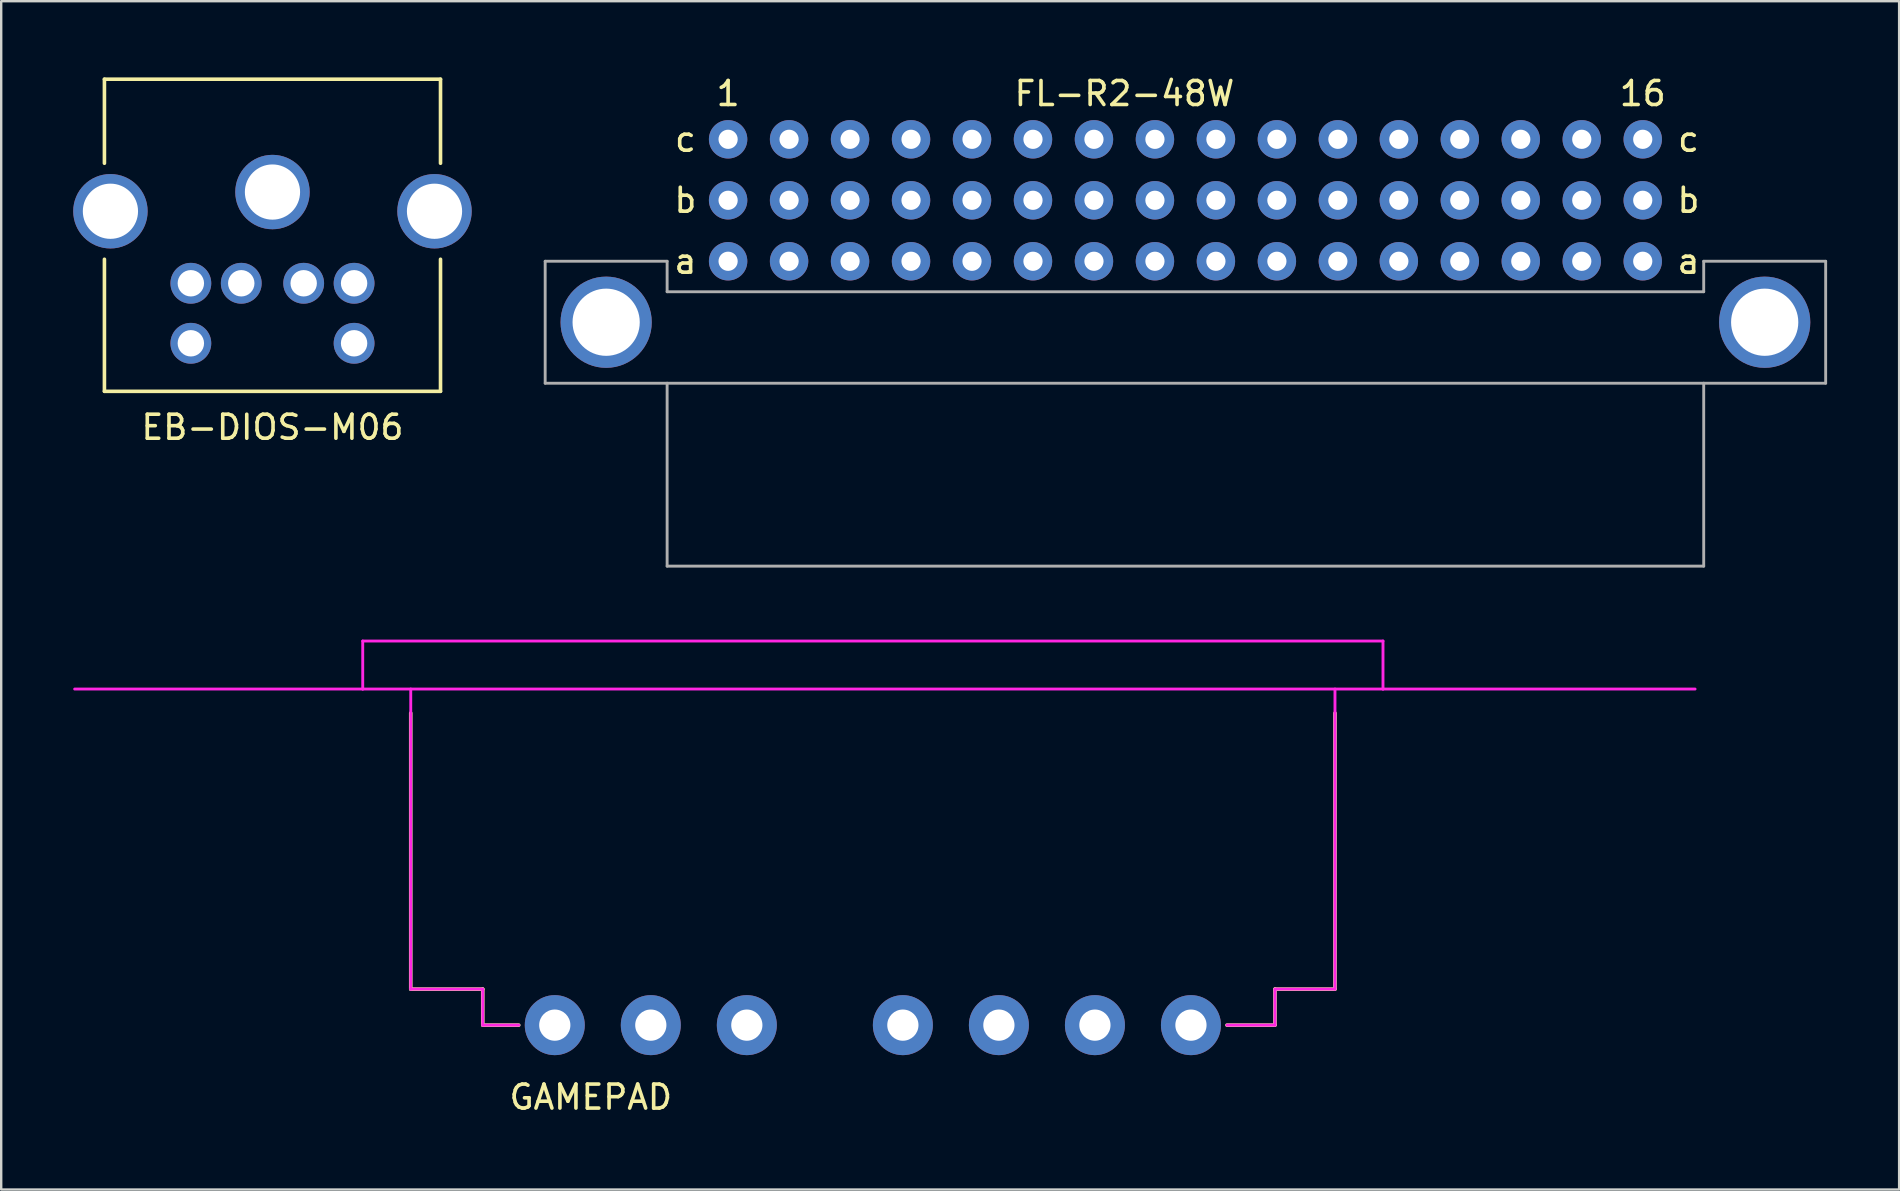
<source format=kicad_pcb>
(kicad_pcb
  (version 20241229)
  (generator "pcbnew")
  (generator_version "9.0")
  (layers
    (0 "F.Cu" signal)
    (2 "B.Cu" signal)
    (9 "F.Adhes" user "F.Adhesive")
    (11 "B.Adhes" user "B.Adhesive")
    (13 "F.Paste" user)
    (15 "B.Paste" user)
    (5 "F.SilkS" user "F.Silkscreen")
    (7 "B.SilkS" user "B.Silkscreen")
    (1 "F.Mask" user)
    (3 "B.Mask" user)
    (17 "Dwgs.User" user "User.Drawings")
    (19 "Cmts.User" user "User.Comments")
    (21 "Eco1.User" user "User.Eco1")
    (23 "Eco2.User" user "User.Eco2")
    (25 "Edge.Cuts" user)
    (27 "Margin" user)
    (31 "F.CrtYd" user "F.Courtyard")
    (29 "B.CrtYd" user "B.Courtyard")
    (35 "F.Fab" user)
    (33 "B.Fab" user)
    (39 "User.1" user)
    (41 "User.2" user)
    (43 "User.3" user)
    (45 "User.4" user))
  (footprint "GAMEPAD"
    (layer "F.Cu")
    (at 46.56 39.653)
    (property "Reference" "GAMEPAD" (at -25 3 180) (layer "F.SilkS") (effects (font (size 1 1) (thickness 0.15))))
    (attr through_hole)
    (fp_line (start -32.5 -13) (end -32.5 -1.5) (stroke (width 0.15) (type solid)) (layer "F.SilkS"))
    (fp_line (start -32.5 -1.5) (end -29.5 -1.5) (stroke (width 0.15) (type solid)) (layer "F.SilkS"))
    (fp_line (start -29.5 -1.5) (end -29.5 0) (stroke (width 0.15) (type solid)) (layer "F.SilkS"))
    (fp_line (start -29.5 0) (end -28 0) (stroke (width 0.15) (type solid)) (layer "F.SilkS"))
    (fp_line (start 1.5 0) (end 3.5 0) (stroke (width 0.15) (type solid)) (layer "F.SilkS"))
    (fp_line (start 3.5 -1.5) (end 6 -1.5) (stroke (width 0.15) (type solid)) (layer "F.SilkS"))
    (fp_line (start 3.5 0) (end 3.5 -1.5) (stroke (width 0.15) (type solid)) (layer "F.SilkS"))
    (fp_line (start 6 -1.5) (end 6 -13) (stroke (width 0.15) (type solid)) (layer "F.SilkS"))
    (fp_line (start -34.5 -16) (end 8 -16) (stroke (width 0.12) (type solid)) (layer "F.CrtYd"))
    (fp_line (start -34.5 -14) (end -46.5 -14) (stroke (width 0.12) (type solid)) (layer "F.CrtYd"))
    (fp_line (start -34.5 -14) (end -34.5 -16) (stroke (width 0.12) (type solid)) (layer "F.CrtYd"))
    (fp_line (start -32.5 -1.5) (end -32.5 -14) (stroke (width 0.12) (type solid)) (layer "F.CrtYd"))
    (fp_line (start -32.5 -1.5) (end -29.5 -1.5) (stroke (width 0.12) (type solid)) (layer "F.CrtYd"))
    (fp_line (start -29.5 -1.5) (end -29.5 0) (stroke (width 0.12) (type solid)) (layer "F.CrtYd"))
    (fp_line (start -29.5 0) (end -28 0) (stroke (width 0.12) (type solid)) (layer "F.CrtYd"))
    (fp_line (start 3.5 -1.5) (end 3.5 0) (stroke (width 0.12) (type solid)) (layer "F.CrtYd"))
    (fp_line (start 3.5 0) (end 1.5 0) (stroke (width 0.12) (type solid)) (layer "F.CrtYd"))
    (fp_line (start 6 -1.5) (end 3.5 -1.5) (stroke (width 0.12) (type solid)) (layer "F.CrtYd"))
    (fp_line (start 6 -1.5) (end 6 -14) (stroke (width 0.12) (type solid)) (layer "F.CrtYd"))
    (fp_line (start 8 -16) (end 8 -14) (stroke (width 0.12) (type solid)) (layer "F.CrtYd"))
    (fp_line (start 8 -14) (end -34.5 -14) (stroke (width 0.12) (type solid)) (layer "F.CrtYd"))
    (fp_line (start 8 -14) (end 21 -14) (stroke (width 0.12) (type solid)) (layer "F.CrtYd"))
    (pad "1" thru_hole circle (at 0 0 180) (size 2.5 2.5) (drill 1.3) (layers "*.Cu" "*.Mask"))
    (pad "2" thru_hole circle (at -4 0 180) (size 2.5 2.5) (drill 1.3) (layers "*.Cu" "*.Mask"))
    (pad "3" thru_hole circle (at -8 0 180) (size 2.5 2.5) (drill 1.3) (layers "*.Cu" "*.Mask"))
    (pad "4" thru_hole circle (at -12 0 180) (size 2.5 2.5) (drill 1.3) (layers "*.Cu" "*.Mask"))
    (pad "5" thru_hole circle (at -18.5 0 180) (size 2.5 2.5) (drill 1.3) (layers "*.Cu" "*.Mask"))
    (pad "6" thru_hole circle (at -22.5 0 180) (size 2.5 2.5) (drill 1.3) (layers "*.Cu" "*.Mask"))
    (pad "7" thru_hole circle (at -26.5 0 180) (size 2.5 2.5) (drill 1.3) (layers "*.Cu" "*.Mask")))
  (footprint "FL-R2-48W"
    (layer "F.Cu")
    (at 65.38 7.833)
    (property "Reference" "FL-R2-48W" (at -21.59 -6.985 0) (layer "F.SilkS") (effects (font (size 1 1) (thickness 0.15))))
    (attr through_hole)
    (fp_line (start -45.72 0) (end -40.64 0) (stroke (width 0.12) (type solid)) (layer "F.Fab"))
    (fp_line (start -45.72 5.08) (end -45.72 0) (stroke (width 0.12) (type solid)) (layer "F.Fab"))
    (fp_line (start -45.72 5.08) (end 7.62 5.08) (stroke (width 0.12) (type solid)) (layer "F.Fab"))
    (fp_line (start -40.64 0) (end -40.64 1.27) (stroke (width 0.12) (type solid)) (layer "F.Fab"))
    (fp_line (start -40.64 1.27) (end 2.54 1.27) (stroke (width 0.12) (type solid)) (layer "F.Fab"))
    (fp_line (start -40.64 12.7) (end -40.64 5.08) (stroke (width 0.12) (type solid)) (layer "F.Fab"))
    (fp_line (start -40.64 12.7) (end 2.54 12.7) (stroke (width 0.12) (type solid)) (layer "F.Fab"))
    (fp_line (start 2.54 1.27) (end 2.54 0) (stroke (width 0.12) (type solid)) (layer "F.Fab"))
    (fp_line (start 2.54 12.7) (end 2.54 5.08) (stroke (width 0.12) (type solid)) (layer "F.Fab"))
    (fp_line (start 7.62 0) (end 2.54 0) (stroke (width 0.12) (type solid)) (layer "F.Fab"))
    (fp_line (start 7.62 5.08) (end 7.62 0) (stroke (width 0.12) (type solid)) (layer "F.Fab"))
    (fp_text user "a" (at 1.905 0 0) (layer "F.SilkS") (effects (font (size 1 1) (thickness 0.15))))
    (fp_text user "1" (at -38.1 -6.985 0) (layer "F.SilkS") (effects (font (size 1 1) (thickness 0.15))))
    (fp_text user "c" (at -39.878 -5.08 0) (layer "F.SilkS") (effects (font (size 1 1) (thickness 0.15))))
    (fp_text user "b" (at 1.905 -2.54 0) (layer "F.SilkS") (effects (font (size 1 1) (thickness 0.15))))
    (fp_text user "16" (at 0 -6.985 0) (layer "F.SilkS") (effects (font (size 1 1) (thickness 0.15))))
    (fp_text user "b" (at -39.878 -2.54 0) (layer "F.SilkS") (effects (font (size 1 1) (thickness 0.15))))
    (fp_text user "a" (at -39.878 0 0) (layer "F.SilkS") (effects (font (size 1 1) (thickness 0.15))))
    (fp_text user "c" (at 1.905 -5.08 0) (layer "F.SilkS") (effects (font (size 1 1) (thickness 0.15))))
    (pad "" thru_hole circle (at -43.18 2.54) (size 3.8 3.8) (drill 2.8) (layers "*.Cu" "*.Mask"))
    (pad "" thru_hole circle (at 5.08 2.54) (size 3.8 3.8) (drill 2.8) (layers "*.Cu" "*.Mask"))
    (pad "1" thru_hole circle (at -38.1 0) (size 1.6 1.6) (drill 0.8) (layers "*.Cu" "*.Mask"))
    (pad "2" thru_hole circle (at -35.56 0) (size 1.6 1.6) (drill 0.8) (layers "*.Cu" "*.Mask"))
    (pad "3" thru_hole circle (at -33.02 0) (size 1.6 1.6) (drill 0.8) (layers "*.Cu" "*.Mask"))
    (pad "4" thru_hole circle (at -30.48 0) (size 1.6 1.6) (drill 0.8) (layers "*.Cu" "*.Mask"))
    (pad "5" thru_hole circle (at -27.94 0) (size 1.6 1.6) (drill 0.8) (layers "*.Cu" "*.Mask"))
    (pad "6" thru_hole circle (at -25.4 0) (size 1.6 1.6) (drill 0.8) (layers "*.Cu" "*.Mask"))
    (pad "7" thru_hole circle (at -22.86 0) (size 1.6 1.6) (drill 0.8) (layers "*.Cu" "*.Mask"))
    (pad "8" thru_hole circle (at -20.32 0) (size 1.6 1.6) (drill 0.8) (layers "*.Cu" "*.Mask"))
    (pad "9" thru_hole circle (at -17.78 0) (size 1.6 1.6) (drill 0.8) (layers "*.Cu" "*.Mask"))
    (pad "10" thru_hole circle (at -15.24 0) (size 1.6 1.6) (drill 0.8) (layers "*.Cu" "*.Mask"))
    (pad "11" thru_hole circle (at -12.7 0) (size 1.6 1.6) (drill 0.8) (layers "*.Cu" "*.Mask"))
    (pad "12" thru_hole circle (at -10.16 0) (size 1.6 1.6) (drill 0.8) (layers "*.Cu" "*.Mask"))
    (pad "13" thru_hole circle (at -7.62 0) (size 1.6 1.6) (drill 0.8) (layers "*.Cu" "*.Mask"))
    (pad "14" thru_hole circle (at -5.08 0) (size 1.6 1.6) (drill 0.8) (layers "*.Cu" "*.Mask"))
    (pad "15" thru_hole circle (at -2.54 0) (size 1.6 1.6) (drill 0.8) (layers "*.Cu" "*.Mask"))
    (pad "16" thru_hole circle (at 0 0) (size 1.6 1.6) (drill 0.8) (layers "*.Cu" "*.Mask"))
    (pad "17" thru_hole circle (at -38.1 -2.54) (size 1.6 1.6) (drill 0.8) (layers "*.Cu" "*.Mask"))
    (pad "18" thru_hole circle (at -35.56 -2.54) (size 1.6 1.6) (drill 0.8) (layers "*.Cu" "*.Mask"))
    (pad "19" thru_hole circle (at -33.02 -2.54) (size 1.6 1.6) (drill 0.8) (layers "*.Cu" "*.Mask"))
    (pad "20" thru_hole circle (at -30.48 -2.54) (size 1.6 1.6) (drill 0.8) (layers "*.Cu" "*.Mask"))
    (pad "21" thru_hole circle (at -27.94 -2.54) (size 1.6 1.6) (drill 0.8) (layers "*.Cu" "*.Mask"))
    (pad "22" thru_hole circle (at -25.4 -2.54) (size 1.6 1.6) (drill 0.8) (layers "*.Cu" "*.Mask"))
    (pad "23" thru_hole circle (at -22.86 -2.54) (size 1.6 1.6) (drill 0.8) (layers "*.Cu" "*.Mask"))
    (pad "24" thru_hole circle (at -20.32 -2.54) (size 1.6 1.6) (drill 0.8) (layers "*.Cu" "*.Mask"))
    (pad "25" thru_hole circle (at -17.78 -2.54) (size 1.6 1.6) (drill 0.8) (layers "*.Cu" "*.Mask"))
    (pad "26" thru_hole circle (at -15.24 -2.54) (size 1.6 1.6) (drill 0.8) (layers "*.Cu" "*.Mask"))
    (pad "27" thru_hole circle (at -12.7 -2.54) (size 1.6 1.6) (drill 0.8) (layers "*.Cu" "*.Mask"))
    (pad "28" thru_hole circle (at -10.16 -2.54) (size 1.6 1.6) (drill 0.8) (layers "*.Cu" "*.Mask"))
    (pad "29" thru_hole circle (at -7.62 -2.54) (size 1.6 1.6) (drill 0.8) (layers "*.Cu" "*.Mask"))
    (pad "30" thru_hole circle (at -5.08 -2.54) (size 1.6 1.6) (drill 0.8) (layers "*.Cu" "*.Mask"))
    (pad "31" thru_hole circle (at -2.54 -2.54) (size 1.6 1.6) (drill 0.8) (layers "*.Cu" "*.Mask"))
    (pad "32" thru_hole circle (at 0 -2.54) (size 1.6 1.6) (drill 0.8) (layers "*.Cu" "*.Mask"))
    (pad "33" thru_hole circle (at -38.1 -5.08) (size 1.6 1.6) (drill 0.8) (layers "*.Cu" "*.Mask"))
    (pad "34" thru_hole circle (at -35.56 -5.08) (size 1.6 1.6) (drill 0.8) (layers "*.Cu" "*.Mask"))
    (pad "35" thru_hole circle (at -33.02 -5.08) (size 1.6 1.6) (drill 0.8) (layers "*.Cu" "*.Mask"))
    (pad "36" thru_hole circle (at -30.48 -5.08) (size 1.6 1.6) (drill 0.8) (layers "*.Cu" "*.Mask"))
    (pad "37" thru_hole circle (at -27.94 -5.08) (size 1.6 1.6) (drill 0.8) (layers "*.Cu" "*.Mask"))
    (pad "38" thru_hole circle (at -25.4 -5.08) (size 1.6 1.6) (drill 0.8) (layers "*.Cu" "*.Mask"))
    (pad "39" thru_hole circle (at -22.86 -5.08) (size 1.6 1.6) (drill 0.8) (layers "*.Cu" "*.Mask"))
    (pad "40" thru_hole circle (at -20.32 -5.08) (size 1.6 1.6) (drill 0.8) (layers "*.Cu" "*.Mask"))
    (pad "41" thru_hole circle (at -17.78 -5.08) (size 1.6 1.6) (drill 0.8) (layers "*.Cu" "*.Mask"))
    (pad "42" thru_hole circle (at -15.24 -5.08) (size 1.6 1.6) (drill 0.8) (layers "*.Cu" "*.Mask"))
    (pad "43" thru_hole circle (at -12.7 -5.08) (size 1.6 1.6) (drill 0.8) (layers "*.Cu" "*.Mask"))
    (pad "44" thru_hole circle (at -10.16 -5.08) (size 1.6 1.6) (drill 0.8) (layers "*.Cu" "*.Mask"))
    (pad "45" thru_hole circle (at -7.62 -5.08) (size 1.6 1.6) (drill 0.8) (layers "*.Cu" "*.Mask"))
    (pad "46" thru_hole circle (at -5.08 -5.08) (size 1.6 1.6) (drill 0.8) (layers "*.Cu" "*.Mask"))
    (pad "47" thru_hole circle (at -2.54 -5.08) (size 1.6 1.6) (drill 0.8) (layers "*.Cu" "*.Mask"))
    (pad "48" thru_hole circle (at 0 -5.08) (size 1.6 1.6) (drill 0.8) (layers "*.Cu" "*.Mask")))
  (footprint "EB-DIOS-M06"
    (layer "F.Cu")
    (at 8.3 0.25)
    (property "Reference" "EB-DIOS-M06" (at 0 14.5 0) (layer "F.SilkS") (effects (font (size 1 1) (thickness 0.15))))
    (attr through_hole)
    (fp_line (start -7 0) (end -7 3.5) (stroke (width 0.15) (type solid)) (layer "F.SilkS"))
    (fp_line (start -7 13) (end -7 7.5) (stroke (width 0.15) (type solid)) (layer "F.SilkS"))
    (fp_line (start 7 0) (end -7 0) (stroke (width 0.15) (type solid)) (layer "F.SilkS"))
    (fp_line (start 7 0) (end 7 3.5) (stroke (width 0.15) (type solid)) (layer "F.SilkS"))
    (fp_line (start 7 13) (end -7 13) (stroke (width 0.15) (type solid)) (layer "F.SilkS"))
    (fp_line (start 7 13) (end 7 7.5) (stroke (width 0.15) (type solid)) (layer "F.SilkS"))
    (pad "1" thru_hole circle (at -1.3 8.5) (size 1.7 1.7) (drill 1.1) (layers "*.Cu" "*.Mask"))
    (pad "2" thru_hole circle (at 1.3 8.5) (size 1.7 1.7) (drill 1.1) (layers "*.Cu" "*.Mask"))
    (pad "3" thru_hole circle (at -3.4 8.5) (size 1.7 1.7) (drill 1.1) (layers "*.Cu" "*.Mask"))
    (pad "4" thru_hole circle (at 3.4 8.5) (size 1.7 1.7) (drill 1.1) (layers "*.Cu" "*.Mask"))
    (pad "5" thru_hole circle (at -3.4 11) (size 1.7 1.7) (drill 1.1) (layers "*.Cu" "*.Mask"))
    (pad "6" thru_hole circle (at 3.4 11) (size 1.7 1.7) (drill 1.1) (layers "*.Cu" "*.Mask"))
    (pad "7" thru_hole circle (at -6.75 5.5) (size 3.1 3.1) (drill 2.3) (layers "*.Cu" "*.Mask"))
    (pad "7" thru_hole circle (at 0 4.7) (size 3.1 3.1) (drill 2.3) (layers "*.Cu" "*.Mask"))
    (pad "7" thru_hole circle (at 6.75 5.5) (size 3.1 3.1) (drill 2.3) (layers "*.Cu" "*.Mask")))
  (gr_rect
    (start -3 -3)
    (end 76.06 46.502)
    (stroke (width 0.1) (type default))
    (fill no)
    (layer "Edge.Cuts")))
</source>
